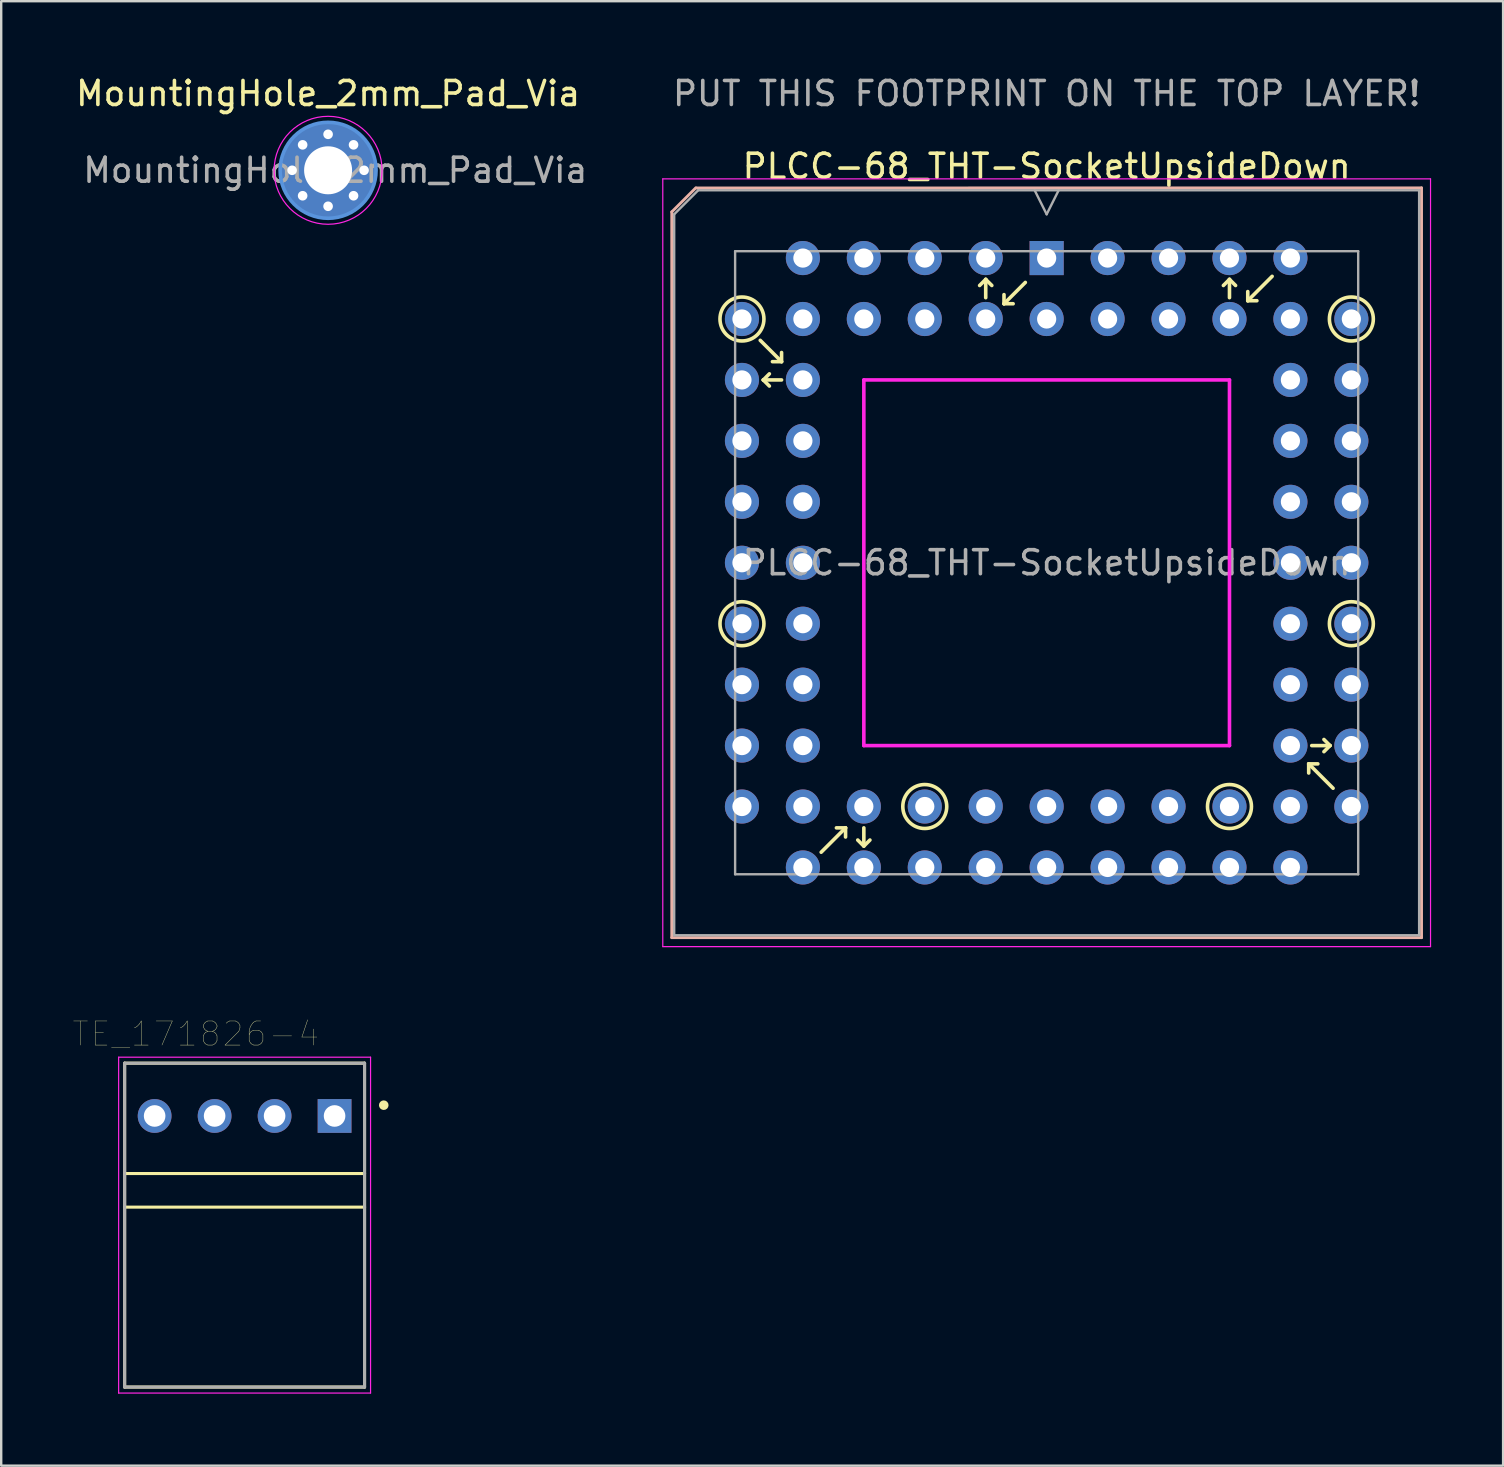
<source format=kicad_pcb>
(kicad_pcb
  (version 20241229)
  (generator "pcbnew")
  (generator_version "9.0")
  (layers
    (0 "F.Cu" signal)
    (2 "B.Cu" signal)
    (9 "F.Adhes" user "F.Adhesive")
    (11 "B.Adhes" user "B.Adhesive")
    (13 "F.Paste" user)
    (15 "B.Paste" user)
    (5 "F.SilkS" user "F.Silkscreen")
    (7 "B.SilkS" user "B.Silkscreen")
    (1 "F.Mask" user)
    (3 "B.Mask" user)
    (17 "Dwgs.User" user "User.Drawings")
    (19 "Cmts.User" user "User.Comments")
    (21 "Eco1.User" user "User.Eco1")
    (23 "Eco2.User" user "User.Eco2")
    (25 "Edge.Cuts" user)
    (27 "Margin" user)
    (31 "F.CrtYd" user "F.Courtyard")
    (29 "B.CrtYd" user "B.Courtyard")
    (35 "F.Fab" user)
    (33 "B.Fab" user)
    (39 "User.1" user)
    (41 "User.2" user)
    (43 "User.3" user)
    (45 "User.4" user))
  (footprint "MountingHole_2mm_Pad_Via"
    (layer "F.Cu")
    (at 10.625 4.048)
    (property "Reference" "MountingHole_2mm_Pad_Via" (at 0 -3.2 0) (layer "F.SilkS") (effects (font (size 1 1) (thickness 0.15))))
    (attr exclude_from_pos_files exclude_from_bom)
    (fp_circle (center 0 0) (end 2 0) (stroke (width 0.15) (type solid)) (fill no) (layer "Cmts.User"))
    (fp_circle (center 0 0) (end 2.25 0) (stroke (width 0.05) (type solid)) (fill no) (layer "F.CrtYd"))
    (fp_text user "${REFERENCE}" (at 0.3 0 0) (layer "F.Fab") (effects (font (size 1 1) (thickness 0.15))))
    (pad "1" thru_hole circle (at -1.5 0) (size 0.7 0.7) (drill 0.4) (layers "*.Cu" "*.Mask"))
    (pad "1" thru_hole circle (at -1.061 -1.061) (size 0.7 0.7) (drill 0.4) (layers "*.Cu" "*.Mask"))
    (pad "1" thru_hole circle (at -1.061 1.061) (size 0.7 0.7) (drill 0.4) (layers "*.Cu" "*.Mask"))
    (pad "1" thru_hole circle (at 0 -1.5) (size 0.7 0.7) (drill 0.4) (layers "*.Cu" "*.Mask"))
    (pad "1" thru_hole circle (at 0 0) (size 4 4) (drill 2) (layers "*.Cu" "*.Mask"))
    (pad "1" thru_hole circle (at 0 1.5) (size 0.7 0.7) (drill 0.4) (layers "*.Cu" "*.Mask"))
    (pad "1" thru_hole circle (at 1.061 -1.061) (size 0.7 0.7) (drill 0.4) (layers "*.Cu" "*.Mask"))
    (pad "1" thru_hole circle (at 1.061 1.061) (size 0.7 0.7) (drill 0.4) (layers "*.Cu" "*.Mask"))
    (pad "1" thru_hole circle (at 1.5 0) (size 0.7 0.7) (drill 0.4) (layers "*.Cu" "*.Mask")))
  (footprint "PLCC-68_THT-SocketUpsideDown"
    (layer "F.Cu")
    (at 40.575 7.706)
    (property "Reference" "PLCC-68_THT-SocketUpsideDown" (at 0 -3.825 0) (layer "F.SilkS") (effects (font (size 1 1) (thickness 0.15))))
    (attr through_hole)
    (fp_line (start -11.938 3.429) (end -11.049 4.318) (stroke (width 0.15) (type solid)) (layer "F.SilkS"))
    (fp_line (start -11.811 5.08) (end -11.557 5.334) (stroke (width 0.15) (type solid)) (layer "F.SilkS"))
    (fp_line (start -11.557 4.826) (end -11.811 5.08) (stroke (width 0.15) (type solid)) (layer "F.SilkS"))
    (fp_line (start -11.43 4.318) (end -11.049 4.318) (stroke (width 0.15) (type solid)) (layer "F.SilkS"))
    (fp_line (start -11.049 4.318) (end -11.049 3.937) (stroke (width 0.15) (type solid)) (layer "F.SilkS"))
    (fp_line (start -11.049 5.08) (end -11.811 5.08) (stroke (width 0.15) (type solid)) (layer "F.SilkS"))
    (fp_line (start -9.398 24.765) (end -8.382 23.749) (stroke (width 0.15) (type solid)) (layer "F.SilkS"))
    (fp_line (start -8.382 23.749) (end -8.763 23.749) (stroke (width 0.15) (type solid)) (layer "F.SilkS"))
    (fp_line (start -8.382 24.13) (end -8.382 23.749) (stroke (width 0.15) (type solid)) (layer "F.SilkS"))
    (fp_line (start -7.62 23.749) (end -7.62 24.384) (stroke (width 0.15) (type solid)) (layer "F.SilkS"))
    (fp_line (start -7.62 24.511) (end -7.874 24.257) (stroke (width 0.15) (type solid)) (layer "F.SilkS"))
    (fp_line (start -7.366 24.257) (end -7.62 24.511) (stroke (width 0.15) (type solid)) (layer "F.SilkS"))
    (fp_line (start -2.54 0.889) (end -2.794 1.143) (stroke (width 0.15) (type solid)) (layer "F.SilkS"))
    (fp_line (start -2.54 1.651) (end -2.54 0.889) (stroke (width 0.15) (type solid)) (layer "F.SilkS"))
    (fp_line (start -2.286 1.143) (end -2.54 0.889) (stroke (width 0.15) (type solid)) (layer "F.SilkS"))
    (fp_line (start -1.778 1.905) (end -1.778 1.524) (stroke (width 0.15) (type solid)) (layer "F.SilkS"))
    (fp_line (start -1.397 1.905) (end -1.778 1.905) (stroke (width 0.15) (type solid)) (layer "F.SilkS"))
    (fp_line (start -0.889 1.016) (end -1.778 1.905) (stroke (width 0.15) (type solid)) (layer "F.SilkS"))
    (fp_line (start 7.62 0.889) (end 7.366 1.143) (stroke (width 0.15) (type solid)) (layer "F.SilkS"))
    (fp_line (start 7.62 1.651) (end 7.62 0.889) (stroke (width 0.15) (type solid)) (layer "F.SilkS"))
    (fp_line (start 7.874 1.143) (end 7.62 0.889) (stroke (width 0.15) (type solid)) (layer "F.SilkS"))
    (fp_line (start 8.382 1.778) (end 8.382 1.397) (stroke (width 0.15) (type solid)) (layer "F.SilkS"))
    (fp_line (start 8.763 1.778) (end 8.382 1.778) (stroke (width 0.15) (type solid)) (layer "F.SilkS"))
    (fp_line (start 9.398 0.762) (end 8.382 1.778) (stroke (width 0.15) (type solid)) (layer "F.SilkS"))
    (fp_line (start 10.922 21.082) (end 10.922 21.463) (stroke (width 0.15) (type solid)) (layer "F.SilkS"))
    (fp_line (start 11.049 20.32) (end 11.811 20.32) (stroke (width 0.15) (type solid)) (layer "F.SilkS"))
    (fp_line (start 11.303 21.082) (end 10.922 21.082) (stroke (width 0.15) (type solid)) (layer "F.SilkS"))
    (fp_line (start 11.557 20.574) (end 11.811 20.32) (stroke (width 0.15) (type solid)) (layer "F.SilkS"))
    (fp_line (start 11.811 20.32) (end 11.557 20.066) (stroke (width 0.15) (type solid)) (layer "F.SilkS"))
    (fp_line (start 11.938 22.098) (end 10.922 21.082) (stroke (width 0.15) (type solid)) (layer "F.SilkS"))
    (fp_circle (center -12.7 2.54) (end -13.462 3.048) (stroke (width 0.15) (type solid)) (fill no) (layer "F.SilkS"))
    (fp_circle (center -12.7 15.24) (end -13.462 15.748) (stroke (width 0.15) (type solid)) (fill no) (layer "F.SilkS"))
    (fp_circle (center -5.08 22.86) (end -5.842 23.368) (stroke (width 0.15) (type solid)) (fill no) (layer "F.SilkS"))
    (fp_circle (center 7.62 22.86) (end 6.858 23.368) (stroke (width 0.15) (type solid)) (fill no) (layer "F.SilkS"))
    (fp_circle (center 12.7 2.54) (end 11.938 3.048) (stroke (width 0.15) (type solid)) (fill no) (layer "F.SilkS"))
    (fp_circle (center 12.7 15.24) (end 11.938 15.748) (stroke (width 0.15) (type solid)) (fill no) (layer "F.SilkS"))
    (fp_line (start -15.625 -1.925) (end -15.625 28.325) (stroke (width 0.12) (type solid)) (layer "B.SilkS"))
    (fp_line (start -15.625 28.325) (end 15.625 28.325) (stroke (width 0.12) (type solid)) (layer "B.SilkS"))
    (fp_line (start -14.625 -2.925) (end -15.625 -1.925) (stroke (width 0.12) (type solid)) (layer "B.SilkS"))
    (fp_line (start 15.625 -2.925) (end -14.605 -2.921) (stroke (width 0.12) (type solid)) (layer "B.SilkS"))
    (fp_line (start 15.625 28.325) (end 15.625 -2.925) (stroke (width 0.12) (type solid)) (layer "B.SilkS"))
    (fp_line (start -16 -3.3) (end -16 28.7) (stroke (width 0.05) (type solid)) (layer "F.CrtYd"))
    (fp_line (start -16 28.7) (end 16 28.7) (stroke (width 0.05) (type solid)) (layer "F.CrtYd"))
    (fp_line (start -7.62 5.08) (end 7.62 5.08) (stroke (width 0.15) (type solid)) (layer "F.CrtYd"))
    (fp_line (start -7.62 20.32) (end -7.62 5.08) (stroke (width 0.15) (type solid)) (layer "F.CrtYd"))
    (fp_line (start 7.62 5.08) (end 7.62 20.32) (stroke (width 0.15) (type solid)) (layer "F.CrtYd"))
    (fp_line (start 7.62 20.32) (end -7.62 20.32) (stroke (width 0.15) (type solid)) (layer "F.CrtYd"))
    (fp_line (start 16 -3.3) (end -16 -3.3) (stroke (width 0.05) (type solid)) (layer "F.CrtYd"))
    (fp_line (start 16 28.7) (end 16 -3.3) (stroke (width 0.05) (type solid)) (layer "F.CrtYd"))
    (fp_line (start -15.525 -1.825) (end -15.525 28.225) (stroke (width 0.1) (type solid)) (layer "F.Fab"))
    (fp_line (start -15.525 28.225) (end 15.525 28.225) (stroke (width 0.1) (type solid)) (layer "F.Fab"))
    (fp_line (start -14.525 -2.825) (end -15.525 -1.825) (stroke (width 0.1) (type solid)) (layer "F.Fab"))
    (fp_line (start -12.985 -0.285) (end -12.985 25.685) (stroke (width 0.1) (type solid)) (layer "F.Fab"))
    (fp_line (start -12.985 25.685) (end 12.985 25.685) (stroke (width 0.1) (type solid)) (layer "F.Fab"))
    (fp_line (start -0.5 -2.825) (end 0 -1.825) (stroke (width 0.1) (type solid)) (layer "F.Fab"))
    (fp_line (start 0 -1.825) (end 0.5 -2.825) (stroke (width 0.1) (type solid)) (layer "F.Fab"))
    (fp_line (start 12.985 -0.285) (end -12.985 -0.285) (stroke (width 0.1) (type solid)) (layer "F.Fab"))
    (fp_line (start 12.985 25.685) (end 12.985 -0.285) (stroke (width 0.1) (type solid)) (layer "F.Fab"))
    (fp_line (start 15.525 -2.825) (end -14.525 -2.825) (stroke (width 0.1) (type solid)) (layer "F.Fab"))
    (fp_line (start 15.525 28.225) (end 15.525 -2.825) (stroke (width 0.1) (type solid)) (layer "F.Fab"))
    (fp_text user "PUT THIS FOOTPRINT ON THE TOP LAYER!" (at 0 -6.858 0) (layer "F.Fab") (effects (font (size 1 1) (thickness 0.15))))
    (fp_text user "${REFERENCE}" (at 0 12.7 0) (layer "F.Fab") (effects (font (size 1 1) (thickness 0.15))))
    (pad "1" thru_hole rect (at 0 0) (size 1.422 1.422) (drill 0.8) (layers "*.Cu" "*.Mask"))
    (pad "2" thru_hole circle (at -2.54 2.54) (size 1.422 1.422) (drill 0.8) (layers "*.Cu" "*.Mask"))
    (pad "3" thru_hole circle (at -2.54 0) (size 1.422 1.422) (drill 0.8) (layers "*.Cu" "*.Mask"))
    (pad "4" thru_hole circle (at -5.08 2.54) (size 1.422 1.422) (drill 0.8) (layers "*.Cu" "*.Mask"))
    (pad "5" thru_hole circle (at -5.08 0) (size 1.422 1.422) (drill 0.8) (layers "*.Cu" "*.Mask"))
    (pad "6" thru_hole circle (at -7.62 2.54) (size 1.422 1.422) (drill 0.8) (layers "*.Cu" "*.Mask"))
    (pad "7" thru_hole circle (at -7.62 0) (size 1.422 1.422) (drill 0.8) (layers "*.Cu" "*.Mask"))
    (pad "8" thru_hole circle (at -10.16 2.54) (size 1.422 1.422) (drill 0.8) (layers "*.Cu" "*.Mask"))
    (pad "9" thru_hole circle (at -10.16 0) (size 1.422 1.422) (drill 0.8) (layers "*.Cu" "*.Mask"))
    (pad "10" thru_hole circle (at -12.7 2.54) (size 1.422 1.422) (drill 0.8) (layers "*.Cu" "*.Mask"))
    (pad "11" thru_hole circle (at -10.16 5.08) (size 1.422 1.422) (drill 0.8) (layers "*.Cu" "*.Mask"))
    (pad "12" thru_hole circle (at -12.7 5.08) (size 1.422 1.422) (drill 0.8) (layers "*.Cu" "*.Mask"))
    (pad "13" thru_hole circle (at -10.16 7.62) (size 1.422 1.422) (drill 0.8) (layers "*.Cu" "*.Mask"))
    (pad "14" thru_hole circle (at -12.7 7.62) (size 1.422 1.422) (drill 0.8) (layers "*.Cu" "*.Mask"))
    (pad "15" thru_hole circle (at -10.16 10.16) (size 1.422 1.422) (drill 0.8) (layers "*.Cu" "*.Mask"))
    (pad "16" thru_hole circle (at -12.7 10.16) (size 1.422 1.422) (drill 0.8) (layers "*.Cu" "*.Mask"))
    (pad "17" thru_hole circle (at -10.16 12.7) (size 1.422 1.422) (drill 0.8) (layers "*.Cu" "*.Mask"))
    (pad "18" thru_hole circle (at -12.7 12.7) (size 1.422 1.422) (drill 0.8) (layers "*.Cu" "*.Mask"))
    (pad "19" thru_hole circle (at -10.16 15.24) (size 1.422 1.422) (drill 0.8) (layers "*.Cu" "*.Mask"))
    (pad "20" thru_hole circle (at -12.7 15.24) (size 1.422 1.422) (drill 0.8) (layers "*.Cu" "*.Mask"))
    (pad "21" thru_hole circle (at -10.16 17.78) (size 1.422 1.422) (drill 0.8) (layers "*.Cu" "*.Mask"))
    (pad "22" thru_hole circle (at -12.7 17.78) (size 1.422 1.422) (drill 0.8) (layers "*.Cu" "*.Mask"))
    (pad "23" thru_hole circle (at -10.16 20.32) (size 1.422 1.422) (drill 0.8) (layers "*.Cu" "*.Mask"))
    (pad "24" thru_hole circle (at -12.7 20.32) (size 1.422 1.422) (drill 0.8) (layers "*.Cu" "*.Mask"))
    (pad "25" thru_hole circle (at -10.16 22.86) (size 1.422 1.422) (drill 0.8) (layers "*.Cu" "*.Mask"))
    (pad "26" thru_hole circle (at -12.7 22.86) (size 1.422 1.422) (drill 0.8) (layers "*.Cu" "*.Mask"))
    (pad "27" thru_hole circle (at -10.16 25.4) (size 1.422 1.422) (drill 0.8) (layers "*.Cu" "*.Mask"))
    (pad "28" thru_hole circle (at -7.62 22.86) (size 1.422 1.422) (drill 0.8) (layers "*.Cu" "*.Mask"))
    (pad "29" thru_hole circle (at -7.62 25.4) (size 1.422 1.422) (drill 0.8) (layers "*.Cu" "*.Mask"))
    (pad "30" thru_hole circle (at -5.08 22.86) (size 1.422 1.422) (drill 0.8) (layers "*.Cu" "*.Mask"))
    (pad "31" thru_hole circle (at -5.08 25.4) (size 1.422 1.422) (drill 0.8) (layers "*.Cu" "*.Mask"))
    (pad "32" thru_hole circle (at -2.54 22.86) (size 1.422 1.422) (drill 0.8) (layers "*.Cu" "*.Mask"))
    (pad "33" thru_hole circle (at -2.54 25.4) (size 1.422 1.422) (drill 0.8) (layers "*.Cu" "*.Mask"))
    (pad "34" thru_hole circle (at 0 22.86) (size 1.422 1.422) (drill 0.8) (layers "*.Cu" "*.Mask"))
    (pad "35" thru_hole circle (at 0 25.4) (size 1.422 1.422) (drill 0.8) (layers "*.Cu" "*.Mask"))
    (pad "36" thru_hole circle (at 2.54 22.86) (size 1.422 1.422) (drill 0.8) (layers "*.Cu" "*.Mask"))
    (pad "37" thru_hole circle (at 2.54 25.4) (size 1.422 1.422) (drill 0.8) (layers "*.Cu" "*.Mask"))
    (pad "38" thru_hole circle (at 5.08 22.86) (size 1.422 1.422) (drill 0.8) (layers "*.Cu" "*.Mask"))
    (pad "39" thru_hole circle (at 5.08 25.4) (size 1.422 1.422) (drill 0.8) (layers "*.Cu" "*.Mask"))
    (pad "40" thru_hole circle (at 7.62 22.86) (size 1.422 1.422) (drill 0.8) (layers "*.Cu" "*.Mask"))
    (pad "41" thru_hole circle (at 7.62 25.4) (size 1.422 1.422) (drill 0.8) (layers "*.Cu" "*.Mask"))
    (pad "42" thru_hole circle (at 10.16 22.86) (size 1.422 1.422) (drill 0.8) (layers "*.Cu" "*.Mask"))
    (pad "43" thru_hole circle (at 10.16 25.4) (size 1.422 1.422) (drill 0.8) (layers "*.Cu" "*.Mask"))
    (pad "44" thru_hole circle (at 12.7 22.86) (size 1.422 1.422) (drill 0.8) (layers "*.Cu" "*.Mask"))
    (pad "45" thru_hole circle (at 10.16 20.32) (size 1.422 1.422) (drill 0.8) (layers "*.Cu" "*.Mask"))
    (pad "46" thru_hole circle (at 12.7 20.32) (size 1.422 1.422) (drill 0.8) (layers "*.Cu" "*.Mask"))
    (pad "47" thru_hole circle (at 10.16 17.78) (size 1.422 1.422) (drill 0.8) (layers "*.Cu" "*.Mask"))
    (pad "48" thru_hole circle (at 12.7 17.78) (size 1.422 1.422) (drill 0.8) (layers "*.Cu" "*.Mask"))
    (pad "49" thru_hole circle (at 10.16 15.24) (size 1.422 1.422) (drill 0.8) (layers "*.Cu" "*.Mask"))
    (pad "50" thru_hole circle (at 12.7 15.24) (size 1.422 1.422) (drill 0.8) (layers "*.Cu" "*.Mask"))
    (pad "51" thru_hole circle (at 10.16 12.7) (size 1.422 1.422) (drill 0.8) (layers "*.Cu" "*.Mask"))
    (pad "52" thru_hole circle (at 12.7 12.7) (size 1.422 1.422) (drill 0.8) (layers "*.Cu" "*.Mask"))
    (pad "53" thru_hole circle (at 10.16 10.16) (size 1.422 1.422) (drill 0.8) (layers "*.Cu" "*.Mask"))
    (pad "54" thru_hole circle (at 12.7 10.16) (size 1.422 1.422) (drill 0.8) (layers "*.Cu" "*.Mask"))
    (pad "55" thru_hole circle (at 10.16 7.62) (size 1.422 1.422) (drill 0.8) (layers "*.Cu" "*.Mask"))
    (pad "56" thru_hole circle (at 12.7 7.62) (size 1.422 1.422) (drill 0.8) (layers "*.Cu" "*.Mask"))
    (pad "57" thru_hole circle (at 10.16 5.08) (size 1.422 1.422) (drill 0.8) (layers "*.Cu" "*.Mask"))
    (pad "58" thru_hole circle (at 12.7 5.08) (size 1.422 1.422) (drill 0.8) (layers "*.Cu" "*.Mask"))
    (pad "59" thru_hole circle (at 10.16 2.54) (size 1.422 1.422) (drill 0.8) (layers "*.Cu" "*.Mask"))
    (pad "60" thru_hole circle (at 12.7 2.54) (size 1.422 1.422) (drill 0.8) (layers "*.Cu" "*.Mask"))
    (pad "61" thru_hole circle (at 10.16 0) (size 1.422 1.422) (drill 0.8) (layers "*.Cu" "*.Mask"))
    (pad "62" thru_hole circle (at 7.62 2.54) (size 1.422 1.422) (drill 0.8) (layers "*.Cu" "*.Mask"))
    (pad "63" thru_hole circle (at 7.62 0) (size 1.422 1.422) (drill 0.8) (layers "*.Cu" "*.Mask"))
    (pad "64" thru_hole circle (at 5.08 2.54) (size 1.422 1.422) (drill 0.8) (layers "*.Cu" "*.Mask"))
    (pad "65" thru_hole circle (at 5.08 0) (size 1.422 1.422) (drill 0.8) (layers "*.Cu" "*.Mask"))
    (pad "66" thru_hole circle (at 2.54 2.54) (size 1.422 1.422) (drill 0.8) (layers "*.Cu" "*.Mask"))
    (pad "67" thru_hole circle (at 2.54 0) (size 1.422 1.422) (drill 0.8) (layers "*.Cu" "*.Mask"))
    (pad "68" thru_hole circle (at 0 2.54) (size 1.422 1.422) (drill 0.8) (layers "*.Cu" "*.Mask")))
  (footprint "TE_171826-4"
    (layer "F.Cu")
    (at 7.145 48.014)
    (property "Reference" "TE_171826-4" (at -2.034 -7.969 0) (layer "F.SilkS") (effects (font (size 1.004 1.004) (thickness 0.015))))
    (attr through_hole)
    (fp_line (start -5 -6.75) (end -5 -2.15) (stroke (width 0.127) (type solid)) (layer "F.SilkS"))
    (fp_line (start -5 -2.15) (end -5 -0.75) (stroke (width 0.127) (type solid)) (layer "F.SilkS"))
    (fp_line (start -5 -0.75) (end -5 6.75) (stroke (width 0.127) (type solid)) (layer "F.SilkS"))
    (fp_line (start -5 6.75) (end 5 6.75) (stroke (width 0.127) (type solid)) (layer "F.SilkS"))
    (fp_line (start 5 -6.75) (end -5 -6.75) (stroke (width 0.127) (type solid)) (layer "F.SilkS"))
    (fp_line (start 5 -2.15) (end -5 -2.15) (stroke (width 0.127) (type solid)) (layer "F.SilkS"))
    (fp_line (start 5 -2.15) (end 5 -6.75) (stroke (width 0.127) (type solid)) (layer "F.SilkS"))
    (fp_line (start 5 -0.75) (end -5 -0.75) (stroke (width 0.127) (type solid)) (layer "F.SilkS"))
    (fp_line (start 5 -0.75) (end 5 -2.15) (stroke (width 0.127) (type solid)) (layer "F.SilkS"))
    (fp_line (start 5 6.75) (end 5 -0.75) (stroke (width 0.127) (type solid)) (layer "F.SilkS"))
    (fp_circle (center 5.8 -5) (end 5.7 -5) (stroke (width 0.2) (type solid)) (fill no) (layer "F.SilkS"))
    (fp_line (start -5.25 -7) (end -5.25 7) (stroke (width 0.05) (type solid)) (layer "F.CrtYd"))
    (fp_line (start -5.25 7) (end 5.25 7) (stroke (width 0.05) (type solid)) (layer "F.CrtYd"))
    (fp_line (start 5.25 -7) (end -5.25 -7) (stroke (width 0.05) (type solid)) (layer "F.CrtYd"))
    (fp_line (start 5.25 7) (end 5.25 -7) (stroke (width 0.05) (type solid)) (layer "F.CrtYd"))
    (fp_line (start -5 6.75) (end -5 -6.75) (stroke (width 0.127) (type solid)) (layer "F.Fab"))
    (fp_line (start -5 6.75) (end 5 6.75) (stroke (width 0.127) (type solid)) (layer "F.Fab"))
    (fp_line (start 5 -6.75) (end -5 -6.75) (stroke (width 0.127) (type solid)) (layer "F.Fab"))
    (fp_line (start 5 6.75) (end 5 -6.75) (stroke (width 0.127) (type solid)) (layer "F.Fab"))
    (pad "1" thru_hole rect (at 3.75 -4.55) (size 1.408 1.408) (drill 0.9) (layers "*.Cu" "*.Mask"))
    (pad "2" thru_hole circle (at 1.25 -4.55) (size 1.408 1.408) (drill 0.9) (layers "*.Cu" "*.Mask"))
    (pad "3" thru_hole circle (at -1.25 -4.55) (size 1.408 1.408) (drill 0.9) (layers "*.Cu" "*.Mask"))
    (pad "4" thru_hole circle (at -3.75 -4.55) (size 1.408 1.408) (drill 0.9) (layers "*.Cu" "*.Mask")))
  (gr_rect
    (start -3 -3)
    (end 59.6 58.039)
    (stroke (width 0.1) (type default))
    (fill no)
    (layer "Edge.Cuts")))
</source>
